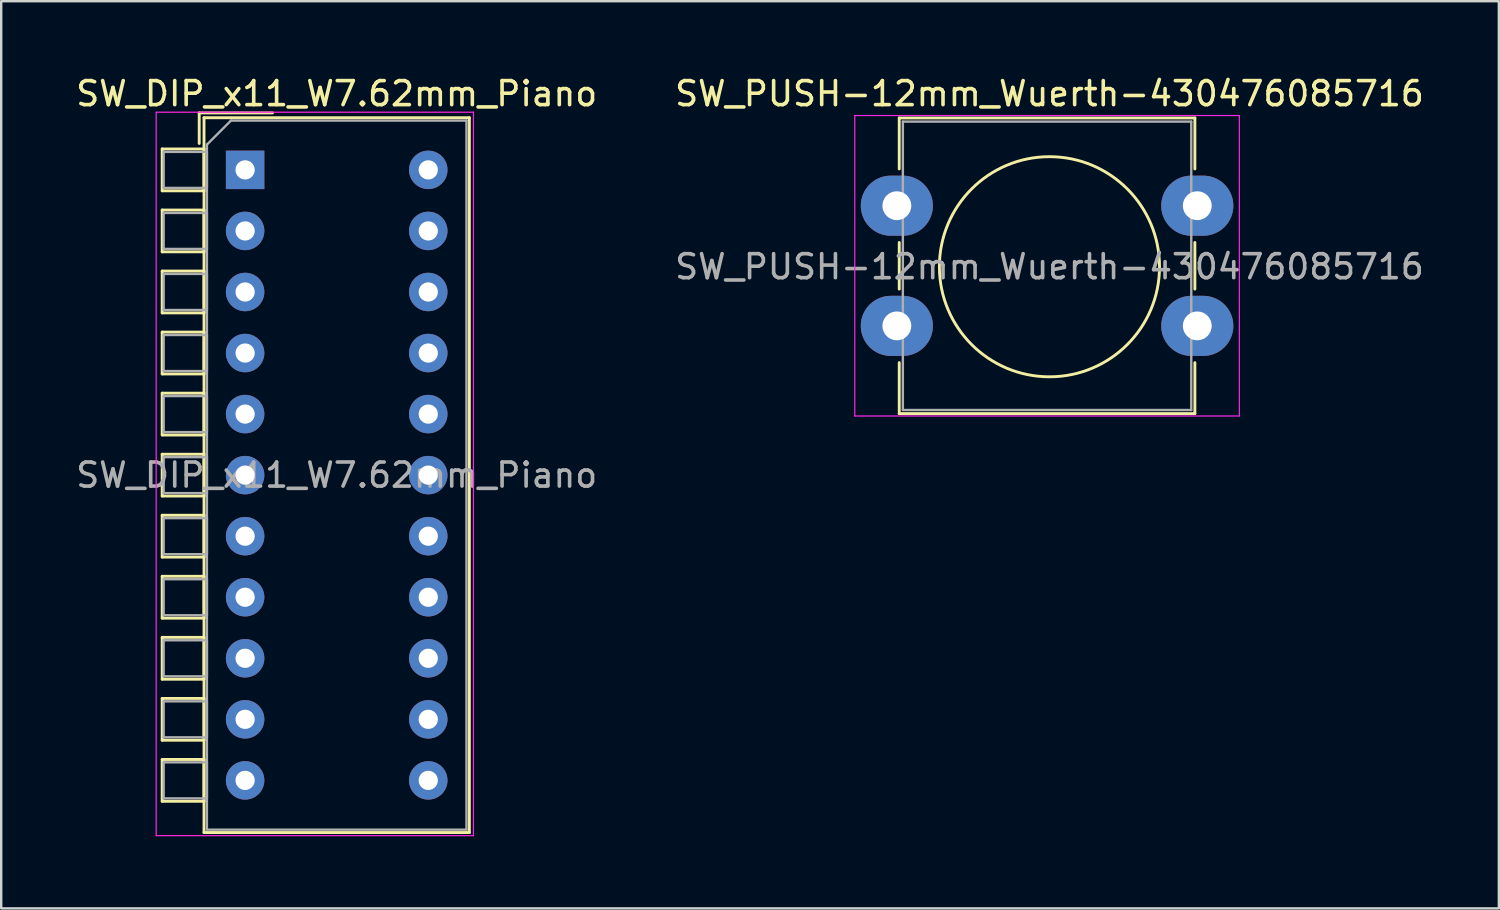
<source format=kicad_pcb>
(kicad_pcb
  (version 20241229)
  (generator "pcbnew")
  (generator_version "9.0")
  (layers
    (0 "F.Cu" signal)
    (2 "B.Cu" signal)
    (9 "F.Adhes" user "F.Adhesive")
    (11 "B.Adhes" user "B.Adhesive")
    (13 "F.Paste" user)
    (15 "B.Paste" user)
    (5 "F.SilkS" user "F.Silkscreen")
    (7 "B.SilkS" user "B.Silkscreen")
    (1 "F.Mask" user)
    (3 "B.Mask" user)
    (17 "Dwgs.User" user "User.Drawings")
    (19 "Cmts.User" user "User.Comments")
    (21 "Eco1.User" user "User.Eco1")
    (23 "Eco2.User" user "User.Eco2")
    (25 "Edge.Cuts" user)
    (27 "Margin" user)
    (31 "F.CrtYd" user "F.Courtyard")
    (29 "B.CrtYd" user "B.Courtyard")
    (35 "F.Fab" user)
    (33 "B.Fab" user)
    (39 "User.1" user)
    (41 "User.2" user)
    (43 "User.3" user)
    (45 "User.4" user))
  (footprint "SW_DIP_x11_W7.62mm_Piano"
    (layer "F.Cu")
    (at 7.148 4.018)
    (property "Reference" "SW_DIP_x11_W7.62mm_Piano" (at 3.81 -3.17 0) (layer "F.SilkS") (effects (font (size 1 1) (thickness 0.15))))
    (attr through_hole)
    (fp_line (start -3.45 -0.87) (end -3.45 0.87) (stroke (width 0.12) (type solid)) (layer "F.SilkS"))
    (fp_line (start -3.45 0.87) (end -1.71 0.87) (stroke (width 0.12) (type solid)) (layer "F.SilkS"))
    (fp_line (start -3.45 1.67) (end -3.45 3.41) (stroke (width 0.12) (type solid)) (layer "F.SilkS"))
    (fp_line (start -3.45 3.41) (end -1.71 3.41) (stroke (width 0.12) (type solid)) (layer "F.SilkS"))
    (fp_line (start -3.45 4.21) (end -3.45 5.95) (stroke (width 0.12) (type solid)) (layer "F.SilkS"))
    (fp_line (start -3.45 5.95) (end -1.71 5.95) (stroke (width 0.12) (type solid)) (layer "F.SilkS"))
    (fp_line (start -3.45 6.75) (end -3.45 8.49) (stroke (width 0.12) (type solid)) (layer "F.SilkS"))
    (fp_line (start -3.45 8.49) (end -1.71 8.49) (stroke (width 0.12) (type solid)) (layer "F.SilkS"))
    (fp_line (start -3.45 9.29) (end -3.45 11.03) (stroke (width 0.12) (type solid)) (layer "F.SilkS"))
    (fp_line (start -3.45 11.03) (end -1.71 11.03) (stroke (width 0.12) (type solid)) (layer "F.SilkS"))
    (fp_line (start -3.45 11.83) (end -3.45 13.57) (stroke (width 0.12) (type solid)) (layer "F.SilkS"))
    (fp_line (start -3.45 13.57) (end -1.71 13.57) (stroke (width 0.12) (type solid)) (layer "F.SilkS"))
    (fp_line (start -3.45 14.37) (end -3.45 16.11) (stroke (width 0.12) (type solid)) (layer "F.SilkS"))
    (fp_line (start -3.45 16.11) (end -1.71 16.11) (stroke (width 0.12) (type solid)) (layer "F.SilkS"))
    (fp_line (start -3.45 16.91) (end -3.45 18.65) (stroke (width 0.12) (type solid)) (layer "F.SilkS"))
    (fp_line (start -3.45 18.65) (end -1.71 18.65) (stroke (width 0.12) (type solid)) (layer "F.SilkS"))
    (fp_line (start -3.45 19.45) (end -3.45 21.19) (stroke (width 0.12) (type solid)) (layer "F.SilkS"))
    (fp_line (start -3.45 21.19) (end -1.71 21.19) (stroke (width 0.12) (type solid)) (layer "F.SilkS"))
    (fp_line (start -3.45 21.99) (end -3.45 23.73) (stroke (width 0.12) (type solid)) (layer "F.SilkS"))
    (fp_line (start -3.45 23.73) (end -1.71 23.73) (stroke (width 0.12) (type solid)) (layer "F.SilkS"))
    (fp_line (start -3.45 24.53) (end -3.45 26.27) (stroke (width 0.12) (type solid)) (layer "F.SilkS"))
    (fp_line (start -3.45 26.27) (end -1.71 26.27) (stroke (width 0.12) (type solid)) (layer "F.SilkS"))
    (fp_line (start -1.91 -2.37) (end -1.91 -1.1) (stroke (width 0.12) (type solid)) (layer "F.SilkS"))
    (fp_line (start -1.91 -2.37) (end 1.14 -2.37) (stroke (width 0.12) (type solid)) (layer "F.SilkS"))
    (fp_line (start -1.71 -2.17) (end 9.33 -2.17) (stroke (width 0.12) (type solid)) (layer "F.SilkS"))
    (fp_line (start -1.71 -0.87) (end -3.45 -0.87) (stroke (width 0.12) (type solid)) (layer "F.SilkS"))
    (fp_line (start -1.71 0.87) (end -1.71 -0.87) (stroke (width 0.12) (type solid)) (layer "F.SilkS"))
    (fp_line (start -1.71 1.67) (end -3.45 1.67) (stroke (width 0.12) (type solid)) (layer "F.SilkS"))
    (fp_line (start -1.71 3.41) (end -1.71 1.67) (stroke (width 0.12) (type solid)) (layer "F.SilkS"))
    (fp_line (start -1.71 4.21) (end -3.45 4.21) (stroke (width 0.12) (type solid)) (layer "F.SilkS"))
    (fp_line (start -1.71 5.95) (end -1.71 4.21) (stroke (width 0.12) (type solid)) (layer "F.SilkS"))
    (fp_line (start -1.71 6.75) (end -3.45 6.75) (stroke (width 0.12) (type solid)) (layer "F.SilkS"))
    (fp_line (start -1.71 8.49) (end -1.71 6.75) (stroke (width 0.12) (type solid)) (layer "F.SilkS"))
    (fp_line (start -1.71 9.29) (end -3.45 9.29) (stroke (width 0.12) (type solid)) (layer "F.SilkS"))
    (fp_line (start -1.71 11.03) (end -1.71 9.29) (stroke (width 0.12) (type solid)) (layer "F.SilkS"))
    (fp_line (start -1.71 11.83) (end -3.45 11.83) (stroke (width 0.12) (type solid)) (layer "F.SilkS"))
    (fp_line (start -1.71 13.57) (end -1.71 11.83) (stroke (width 0.12) (type solid)) (layer "F.SilkS"))
    (fp_line (start -1.71 14.37) (end -3.45 14.37) (stroke (width 0.12) (type solid)) (layer "F.SilkS"))
    (fp_line (start -1.71 16.11) (end -1.71 14.37) (stroke (width 0.12) (type solid)) (layer "F.SilkS"))
    (fp_line (start -1.71 16.91) (end -3.45 16.91) (stroke (width 0.12) (type solid)) (layer "F.SilkS"))
    (fp_line (start -1.71 18.65) (end -1.71 16.91) (stroke (width 0.12) (type solid)) (layer "F.SilkS"))
    (fp_line (start -1.71 19.45) (end -3.45 19.45) (stroke (width 0.12) (type solid)) (layer "F.SilkS"))
    (fp_line (start -1.71 21.19) (end -1.71 19.45) (stroke (width 0.12) (type solid)) (layer "F.SilkS"))
    (fp_line (start -1.71 21.99) (end -3.45 21.99) (stroke (width 0.12) (type solid)) (layer "F.SilkS"))
    (fp_line (start -1.71 23.73) (end -1.71 21.99) (stroke (width 0.12) (type solid)) (layer "F.SilkS"))
    (fp_line (start -1.71 24.53) (end -3.45 24.53) (stroke (width 0.12) (type solid)) (layer "F.SilkS"))
    (fp_line (start -1.71 26.27) (end -1.71 24.53) (stroke (width 0.12) (type solid)) (layer "F.SilkS"))
    (fp_line (start -1.71 27.57) (end -1.71 -2.17) (stroke (width 0.12) (type solid)) (layer "F.SilkS"))
    (fp_line (start 9.33 -2.17) (end 9.33 27.57) (stroke (width 0.12) (type solid)) (layer "F.SilkS"))
    (fp_line (start 9.33 27.57) (end -1.71 27.57) (stroke (width 0.12) (type solid)) (layer "F.SilkS"))
    (fp_line (start -3.7 -2.4) (end -3.7 27.7) (stroke (width 0.05) (type solid)) (layer "F.CrtYd"))
    (fp_line (start -3.7 27.7) (end 9.5 27.7) (stroke (width 0.05) (type solid)) (layer "F.CrtYd"))
    (fp_line (start 9.5 -2.4) (end -3.7 -2.4) (stroke (width 0.05) (type solid)) (layer "F.CrtYd"))
    (fp_line (start 9.5 27.7) (end 9.5 -2.4) (stroke (width 0.05) (type solid)) (layer "F.CrtYd"))
    (fp_line (start -3.39 -0.75) (end -1.59 -0.75) (stroke (width 0.1) (type solid)) (layer "F.Fab"))
    (fp_line (start -3.39 0.75) (end -3.39 -0.75) (stroke (width 0.1) (type solid)) (layer "F.Fab"))
    (fp_line (start -3.39 1.79) (end -1.59 1.79) (stroke (width 0.1) (type solid)) (layer "F.Fab"))
    (fp_line (start -3.39 3.29) (end -3.39 1.79) (stroke (width 0.1) (type solid)) (layer "F.Fab"))
    (fp_line (start -3.39 4.33) (end -1.59 4.33) (stroke (width 0.1) (type solid)) (layer "F.Fab"))
    (fp_line (start -3.39 5.83) (end -3.39 4.33) (stroke (width 0.1) (type solid)) (layer "F.Fab"))
    (fp_line (start -3.39 6.87) (end -1.59 6.87) (stroke (width 0.1) (type solid)) (layer "F.Fab"))
    (fp_line (start -3.39 8.37) (end -3.39 6.87) (stroke (width 0.1) (type solid)) (layer "F.Fab"))
    (fp_line (start -3.39 9.41) (end -1.59 9.41) (stroke (width 0.1) (type solid)) (layer "F.Fab"))
    (fp_line (start -3.39 10.91) (end -3.39 9.41) (stroke (width 0.1) (type solid)) (layer "F.Fab"))
    (fp_line (start -3.39 11.95) (end -1.59 11.95) (stroke (width 0.1) (type solid)) (layer "F.Fab"))
    (fp_line (start -3.39 13.45) (end -3.39 11.95) (stroke (width 0.1) (type solid)) (layer "F.Fab"))
    (fp_line (start -3.39 14.49) (end -1.59 14.49) (stroke (width 0.1) (type solid)) (layer "F.Fab"))
    (fp_line (start -3.39 15.99) (end -3.39 14.49) (stroke (width 0.1) (type solid)) (layer "F.Fab"))
    (fp_line (start -3.39 17.03) (end -1.59 17.03) (stroke (width 0.1) (type solid)) (layer "F.Fab"))
    (fp_line (start -3.39 18.53) (end -3.39 17.03) (stroke (width 0.1) (type solid)) (layer "F.Fab"))
    (fp_line (start -3.39 19.57) (end -1.59 19.57) (stroke (width 0.1) (type solid)) (layer "F.Fab"))
    (fp_line (start -3.39 21.07) (end -3.39 19.57) (stroke (width 0.1) (type solid)) (layer "F.Fab"))
    (fp_line (start -3.39 22.11) (end -1.59 22.11) (stroke (width 0.1) (type solid)) (layer "F.Fab"))
    (fp_line (start -3.39 23.61) (end -3.39 22.11) (stroke (width 0.1) (type solid)) (layer "F.Fab"))
    (fp_line (start -3.39 24.65) (end -1.59 24.65) (stroke (width 0.1) (type solid)) (layer "F.Fab"))
    (fp_line (start -3.39 26.15) (end -3.39 24.65) (stroke (width 0.1) (type solid)) (layer "F.Fab"))
    (fp_line (start -1.59 -1.05) (end -0.59 -2.05) (stroke (width 0.1) (type solid)) (layer "F.Fab"))
    (fp_line (start -1.59 -0.75) (end -1.59 0.75) (stroke (width 0.1) (type solid)) (layer "F.Fab"))
    (fp_line (start -1.59 0.75) (end -3.39 0.75) (stroke (width 0.1) (type solid)) (layer "F.Fab"))
    (fp_line (start -1.59 1.79) (end -1.59 3.29) (stroke (width 0.1) (type solid)) (layer "F.Fab"))
    (fp_line (start -1.59 3.29) (end -3.39 3.29) (stroke (width 0.1) (type solid)) (layer "F.Fab"))
    (fp_line (start -1.59 4.33) (end -1.59 5.83) (stroke (width 0.1) (type solid)) (layer "F.Fab"))
    (fp_line (start -1.59 5.83) (end -3.39 5.83) (stroke (width 0.1) (type solid)) (layer "F.Fab"))
    (fp_line (start -1.59 6.87) (end -1.59 8.37) (stroke (width 0.1) (type solid)) (layer "F.Fab"))
    (fp_line (start -1.59 8.37) (end -3.39 8.37) (stroke (width 0.1) (type solid)) (layer "F.Fab"))
    (fp_line (start -1.59 9.41) (end -1.59 10.91) (stroke (width 0.1) (type solid)) (layer "F.Fab"))
    (fp_line (start -1.59 10.91) (end -3.39 10.91) (stroke (width 0.1) (type solid)) (layer "F.Fab"))
    (fp_line (start -1.59 11.95) (end -1.59 13.45) (stroke (width 0.1) (type solid)) (layer "F.Fab"))
    (fp_line (start -1.59 13.45) (end -3.39 13.45) (stroke (width 0.1) (type solid)) (layer "F.Fab"))
    (fp_line (start -1.59 14.49) (end -1.59 15.99) (stroke (width 0.1) (type solid)) (layer "F.Fab"))
    (fp_line (start -1.59 15.99) (end -3.39 15.99) (stroke (width 0.1) (type solid)) (layer "F.Fab"))
    (fp_line (start -1.59 17.03) (end -1.59 18.53) (stroke (width 0.1) (type solid)) (layer "F.Fab"))
    (fp_line (start -1.59 18.53) (end -3.39 18.53) (stroke (width 0.1) (type solid)) (layer "F.Fab"))
    (fp_line (start -1.59 19.57) (end -1.59 21.07) (stroke (width 0.1) (type solid)) (layer "F.Fab"))
    (fp_line (start -1.59 21.07) (end -3.39 21.07) (stroke (width 0.1) (type solid)) (layer "F.Fab"))
    (fp_line (start -1.59 22.11) (end -1.59 23.61) (stroke (width 0.1) (type solid)) (layer "F.Fab"))
    (fp_line (start -1.59 23.61) (end -3.39 23.61) (stroke (width 0.1) (type solid)) (layer "F.Fab"))
    (fp_line (start -1.59 24.65) (end -1.59 26.15) (stroke (width 0.1) (type solid)) (layer "F.Fab"))
    (fp_line (start -1.59 26.15) (end -3.39 26.15) (stroke (width 0.1) (type solid)) (layer "F.Fab"))
    (fp_line (start -1.59 27.45) (end -1.59 -1.05) (stroke (width 0.1) (type solid)) (layer "F.Fab"))
    (fp_line (start -0.59 -2.05) (end 9.21 -2.05) (stroke (width 0.1) (type solid)) (layer "F.Fab"))
    (fp_line (start 9.21 -2.05) (end 9.21 27.45) (stroke (width 0.1) (type solid)) (layer "F.Fab"))
    (fp_line (start 9.21 27.45) (end -1.59 27.45) (stroke (width 0.1) (type solid)) (layer "F.Fab"))
    (fp_text user "${REFERENCE}" (at 3.81 12.7 0) (layer "F.Fab") (effects (font (size 1 1) (thickness 0.15))))
    (pad "1" thru_hole rect (at 0 0) (size 1.6 1.6) (drill 0.8) (layers "*.Cu" "*.Mask"))
    (pad "2" thru_hole oval (at 0 2.54) (size 1.6 1.6) (drill 0.8) (layers "*.Cu" "*.Mask"))
    (pad "3" thru_hole oval (at 0 5.08) (size 1.6 1.6) (drill 0.8) (layers "*.Cu" "*.Mask"))
    (pad "4" thru_hole oval (at 0 7.62) (size 1.6 1.6) (drill 0.8) (layers "*.Cu" "*.Mask"))
    (pad "5" thru_hole oval (at 0 10.16) (size 1.6 1.6) (drill 0.8) (layers "*.Cu" "*.Mask"))
    (pad "6" thru_hole oval (at 0 12.7) (size 1.6 1.6) (drill 0.8) (layers "*.Cu" "*.Mask"))
    (pad "7" thru_hole oval (at 0 15.24) (size 1.6 1.6) (drill 0.8) (layers "*.Cu" "*.Mask"))
    (pad "8" thru_hole oval (at 0 17.78) (size 1.6 1.6) (drill 0.8) (layers "*.Cu" "*.Mask"))
    (pad "9" thru_hole oval (at 0 20.32) (size 1.6 1.6) (drill 0.8) (layers "*.Cu" "*.Mask"))
    (pad "10" thru_hole oval (at 0 22.86) (size 1.6 1.6) (drill 0.8) (layers "*.Cu" "*.Mask"))
    (pad "11" thru_hole oval (at 0 25.4) (size 1.6 1.6) (drill 0.8) (layers "*.Cu" "*.Mask"))
    (pad "12" thru_hole oval (at 7.62 25.4) (size 1.6 1.6) (drill 0.8) (layers "*.Cu" "*.Mask"))
    (pad "13" thru_hole oval (at 7.62 22.86) (size 1.6 1.6) (drill 0.8) (layers "*.Cu" "*.Mask"))
    (pad "14" thru_hole oval (at 7.62 20.32) (size 1.6 1.6) (drill 0.8) (layers "*.Cu" "*.Mask"))
    (pad "15" thru_hole oval (at 7.62 17.78) (size 1.6 1.6) (drill 0.8) (layers "*.Cu" "*.Mask"))
    (pad "16" thru_hole oval (at 7.62 15.24) (size 1.6 1.6) (drill 0.8) (layers "*.Cu" "*.Mask"))
    (pad "17" thru_hole oval (at 7.62 12.7) (size 1.6 1.6) (drill 0.8) (layers "*.Cu" "*.Mask"))
    (pad "18" thru_hole oval (at 7.62 10.16) (size 1.6 1.6) (drill 0.8) (layers "*.Cu" "*.Mask"))
    (pad "19" thru_hole oval (at 7.62 7.62) (size 1.6 1.6) (drill 0.8) (layers "*.Cu" "*.Mask"))
    (pad "20" thru_hole oval (at 7.62 5.08) (size 1.6 1.6) (drill 0.8) (layers "*.Cu" "*.Mask"))
    (pad "21" thru_hole oval (at 7.62 2.54) (size 1.6 1.6) (drill 0.8) (layers "*.Cu" "*.Mask"))
    (pad "22" thru_hole oval (at 7.62 0) (size 1.6 1.6) (drill 0.8) (layers "*.Cu" "*.Mask")))
  (footprint "SW_PUSH-12mm_Wuerth-430476085716"
    (layer "F.Cu")
    (at 34.263 5.508)
    (property "Reference" "SW_PUSH-12mm_Wuerth-430476085716" (at 6.35 -4.66 0) (layer "F.SilkS") (effects (font (size 1 1) (thickness 0.15))))
    (attr through_hole)
    (fp_line (start 0.1 -3.65) (end 12.4 -3.65) (stroke (width 0.12) (type solid)) (layer "F.SilkS"))
    (fp_line (start 0.1 -1.53) (end 0.1 -3.65) (stroke (width 0.12) (type solid)) (layer "F.SilkS"))
    (fp_line (start 0.1 3.47) (end 0.1 1.53) (stroke (width 0.12) (type solid)) (layer "F.SilkS"))
    (fp_line (start 0.1 8.65) (end 0.1 6.53) (stroke (width 0.12) (type solid)) (layer "F.SilkS"))
    (fp_line (start 12.4 -3.65) (end 12.4 -1.53) (stroke (width 0.12) (type solid)) (layer "F.SilkS"))
    (fp_line (start 12.4 1.53) (end 12.4 3.47) (stroke (width 0.12) (type solid)) (layer "F.SilkS"))
    (fp_line (start 12.4 6.53) (end 12.4 8.65) (stroke (width 0.12) (type solid)) (layer "F.SilkS"))
    (fp_line (start 12.4 8.65) (end 0.1 8.65) (stroke (width 0.12) (type solid)) (layer "F.SilkS"))
    (fp_circle (center 6.35 2.54) (end 10.929 2.54) (stroke (width 0.12) (type solid)) (fill no) (layer "F.SilkS"))
    (fp_line (start -1.75 -3.75) (end -1.75 8.75) (stroke (width 0.05) (type solid)) (layer "F.CrtYd"))
    (fp_line (start -1.75 8.75) (end 14.25 8.75) (stroke (width 0.05) (type solid)) (layer "F.CrtYd"))
    (fp_line (start 14.25 -3.75) (end -1.75 -3.75) (stroke (width 0.05) (type solid)) (layer "F.CrtYd"))
    (fp_line (start 14.25 8.75) (end 14.25 -3.75) (stroke (width 0.05) (type solid)) (layer "F.CrtYd"))
    (fp_line (start 0.25 -3.5) (end 0.25 8.5) (stroke (width 0.1) (type solid)) (layer "F.Fab"))
    (fp_line (start 0.25 8.5) (end 12.25 8.5) (stroke (width 0.1) (type solid)) (layer "F.Fab"))
    (fp_line (start 12.25 -3.5) (end 0.25 -3.5) (stroke (width 0.1) (type solid)) (layer "F.Fab"))
    (fp_line (start 12.25 8.5) (end 12.25 -3.5) (stroke (width 0.1) (type solid)) (layer "F.Fab"))
    (fp_text user "${REFERENCE}" (at 6.35 2.54 0) (layer "F.Fab") (effects (font (size 1 1) (thickness 0.15))))
    (pad "1" thru_hole oval (at 0 0) (size 3 2.5) (drill 1.2) (layers "*.Cu" "*.Mask"))
    (pad "1" thru_hole oval (at 12.5 0) (size 3 2.5) (drill 1.2) (layers "*.Cu" "*.Mask"))
    (pad "2" thru_hole oval (at 0 5) (size 3 2.5) (drill 1.2) (layers "*.Cu" "*.Mask"))
    (pad "2" thru_hole oval (at 12.5 5) (size 3 2.5) (drill 1.2) (layers "*.Cu" "*.Mask")))
  (gr_rect
    (start -3 -3)
    (end 59.31 34.743)
    (stroke (width 0.1) (type default))
    (fill no)
    (layer "Edge.Cuts")))
</source>
